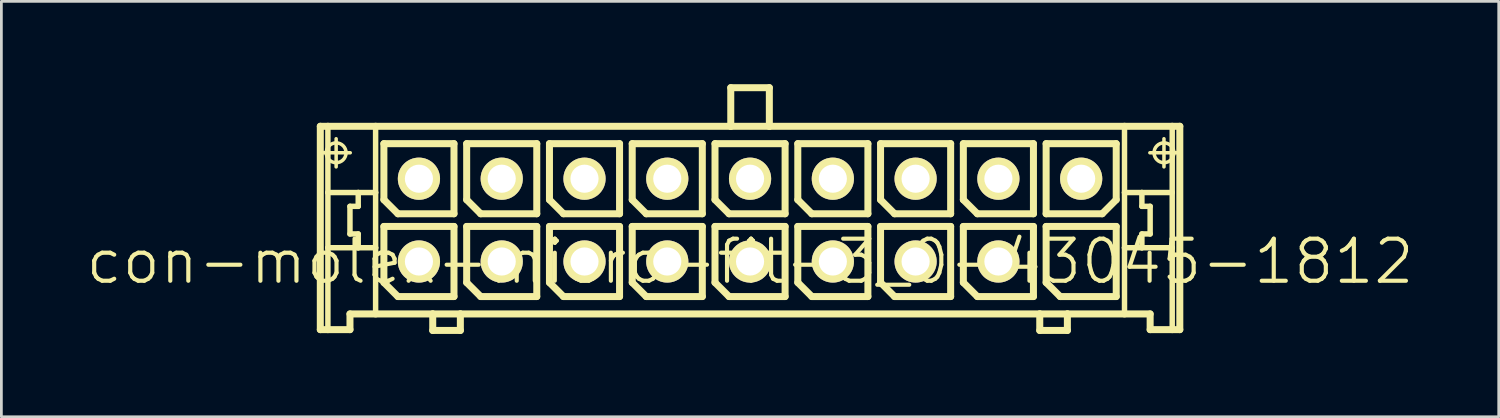
<source format=kicad_pcb>
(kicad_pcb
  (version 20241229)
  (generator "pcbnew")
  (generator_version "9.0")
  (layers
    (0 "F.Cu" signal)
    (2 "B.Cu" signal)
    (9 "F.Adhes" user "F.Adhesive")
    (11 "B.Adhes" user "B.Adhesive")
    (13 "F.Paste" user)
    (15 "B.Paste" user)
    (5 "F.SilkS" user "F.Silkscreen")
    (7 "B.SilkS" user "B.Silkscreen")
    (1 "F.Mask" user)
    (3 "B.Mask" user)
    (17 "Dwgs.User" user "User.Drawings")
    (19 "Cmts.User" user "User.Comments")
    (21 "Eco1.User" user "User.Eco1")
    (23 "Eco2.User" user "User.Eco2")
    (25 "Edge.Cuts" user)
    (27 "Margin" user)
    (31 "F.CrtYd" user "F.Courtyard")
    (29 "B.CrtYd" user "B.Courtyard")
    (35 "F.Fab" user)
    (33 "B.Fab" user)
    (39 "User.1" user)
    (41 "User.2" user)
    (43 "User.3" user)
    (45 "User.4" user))
  (footprint "con-molex-micro-fit-3_0-43045-1812"
    (layer "F.Cu")
    (at 24.13 6.426)
    (property "Reference" "con-molex-micro-fit-3_0-43045-1812" (at 0 0 0) (layer "F.SilkS") (effects (font (size 1.524 1.524) (thickness 0.15))))
    (attr exclude_from_pos_files exclude_from_bom)
    (fp_line (start -15.573 -4.9) (end -15.298 -4.9) (stroke (width 0.254) (type solid)) (layer "F.SilkS"))
    (fp_line (start -15.573 2.469) (end -15.573 -4.9) (stroke (width 0.254) (type solid)) (layer "F.SilkS"))
    (fp_line (start -15.509 -3.94) (end -14.488 -3.94) (stroke (width 0.127) (type solid)) (layer "F.SilkS"))
    (fp_line (start -15.298 -4.9) (end -13.569 -4.9) (stroke (width 0.254) (type solid)) (layer "F.SilkS"))
    (fp_line (start -15.298 -2.499) (end -15.298 -4.9) (stroke (width 0.198) (type solid)) (layer "F.SilkS"))
    (fp_line (start -15.298 -0.498) (end -15.298 -2.499) (stroke (width 0.198) (type solid)) (layer "F.SilkS"))
    (fp_line (start -15.298 2.469) (end -15.573 2.469) (stroke (width 0.254) (type solid)) (layer "F.SilkS"))
    (fp_line (start -15.298 2.469) (end -15.298 -0.498) (stroke (width 0.198) (type solid)) (layer "F.SilkS"))
    (fp_line (start -14.999 -3.429) (end -14.999 -4.448) (stroke (width 0.127) (type solid)) (layer "F.SilkS"))
    (fp_line (start -14.498 -1.999) (end -14.498 -0.998) (stroke (width 0.198) (type solid)) (layer "F.SilkS"))
    (fp_line (start -14.498 -0.998) (end -14.199 -0.998) (stroke (width 0.198) (type solid)) (layer "F.SilkS"))
    (fp_line (start -14.498 1.9) (end -14.498 2.469) (stroke (width 0.254) (type solid)) (layer "F.SilkS"))
    (fp_line (start -14.498 2.469) (end -15.298 2.469) (stroke (width 0.254) (type solid)) (layer "F.SilkS"))
    (fp_line (start -14.199 -2.499) (end -15.298 -2.499) (stroke (width 0.198) (type solid)) (layer "F.SilkS"))
    (fp_line (start -14.199 -2.499) (end -14.199 -1.999) (stroke (width 0.198) (type solid)) (layer "F.SilkS"))
    (fp_line (start -14.199 -1.999) (end -14.498 -1.999) (stroke (width 0.198) (type solid)) (layer "F.SilkS"))
    (fp_line (start -14.199 -0.998) (end -14.199 -0.498) (stroke (width 0.198) (type solid)) (layer "F.SilkS"))
    (fp_line (start -14.199 -0.498) (end -15.298 -0.498) (stroke (width 0.198) (type solid)) (layer "F.SilkS"))
    (fp_line (start -13.569 -4.9) (end -0.699 -4.9) (stroke (width 0.254) (type solid)) (layer "F.SilkS"))
    (fp_line (start -13.569 -2.499) (end -14.199 -2.499) (stroke (width 0.198) (type solid)) (layer "F.SilkS"))
    (fp_line (start -13.569 -2.499) (end -13.569 -4.9) (stroke (width 0.198) (type solid)) (layer "F.SilkS"))
    (fp_line (start -13.569 -0.498) (end -14.199 -0.498) (stroke (width 0.198) (type solid)) (layer "F.SilkS"))
    (fp_line (start -13.569 -0.498) (end -13.569 -2.499) (stroke (width 0.198) (type solid)) (layer "F.SilkS"))
    (fp_line (start -13.569 1.9) (end -14.498 1.9) (stroke (width 0.254) (type solid)) (layer "F.SilkS"))
    (fp_line (start -13.569 1.9) (end -13.569 -0.498) (stroke (width 0.198) (type solid)) (layer "F.SilkS"))
    (fp_line (start -13.269 -4.27) (end -10.729 -4.27) (stroke (width 0.254) (type solid)) (layer "F.SilkS"))
    (fp_line (start -13.269 -2.238) (end -13.269 -4.27) (stroke (width 0.254) (type solid)) (layer "F.SilkS"))
    (fp_line (start -13.269 -1.27) (end -10.729 -1.27) (stroke (width 0.254) (type solid)) (layer "F.SilkS"))
    (fp_line (start -13.269 0.762) (end -13.269 -1.27) (stroke (width 0.254) (type solid)) (layer "F.SilkS"))
    (fp_line (start -12.761 -1.73) (end -13.269 -2.238) (stroke (width 0.254) (type solid)) (layer "F.SilkS"))
    (fp_line (start -12.761 1.27) (end -13.269 0.762) (stroke (width 0.254) (type solid)) (layer "F.SilkS"))
    (fp_line (start -11.499 1.9) (end -13.569 1.9) (stroke (width 0.254) (type solid)) (layer "F.SilkS"))
    (fp_line (start -11.499 1.9) (end -11.499 2.499) (stroke (width 0.254) (type solid)) (layer "F.SilkS"))
    (fp_line (start -11.499 2.499) (end -10.498 2.499) (stroke (width 0.254) (type solid)) (layer "F.SilkS"))
    (fp_line (start -10.729 -4.27) (end -10.729 -1.73) (stroke (width 0.254) (type solid)) (layer "F.SilkS"))
    (fp_line (start -10.729 -1.73) (end -12.761 -1.73) (stroke (width 0.254) (type solid)) (layer "F.SilkS"))
    (fp_line (start -10.729 -1.27) (end -10.729 1.27) (stroke (width 0.254) (type solid)) (layer "F.SilkS"))
    (fp_line (start -10.729 1.27) (end -12.761 1.27) (stroke (width 0.254) (type solid)) (layer "F.SilkS"))
    (fp_line (start -10.498 1.9) (end -11.499 1.9) (stroke (width 0.254) (type solid)) (layer "F.SilkS"))
    (fp_line (start -10.498 2.499) (end -10.498 1.9) (stroke (width 0.254) (type solid)) (layer "F.SilkS"))
    (fp_line (start -10.269 -4.27) (end -7.729 -4.27) (stroke (width 0.254) (type solid)) (layer "F.SilkS"))
    (fp_line (start -10.269 -2.238) (end -10.269 -4.27) (stroke (width 0.254) (type solid)) (layer "F.SilkS"))
    (fp_line (start -10.269 -1.27) (end -7.729 -1.27) (stroke (width 0.254) (type solid)) (layer "F.SilkS"))
    (fp_line (start -10.269 0.762) (end -10.269 -1.27) (stroke (width 0.254) (type solid)) (layer "F.SilkS"))
    (fp_line (start -9.761 -1.73) (end -10.269 -2.238) (stroke (width 0.254) (type solid)) (layer "F.SilkS"))
    (fp_line (start -9.761 1.27) (end -10.269 0.762) (stroke (width 0.254) (type solid)) (layer "F.SilkS"))
    (fp_line (start -7.729 -4.27) (end -7.729 -1.73) (stroke (width 0.254) (type solid)) (layer "F.SilkS"))
    (fp_line (start -7.729 -1.73) (end -9.761 -1.73) (stroke (width 0.254) (type solid)) (layer "F.SilkS"))
    (fp_line (start -7.729 -1.27) (end -7.729 1.27) (stroke (width 0.254) (type solid)) (layer "F.SilkS"))
    (fp_line (start -7.729 1.27) (end -9.761 1.27) (stroke (width 0.254) (type solid)) (layer "F.SilkS"))
    (fp_line (start -7.269 -4.27) (end -4.729 -4.27) (stroke (width 0.254) (type solid)) (layer "F.SilkS"))
    (fp_line (start -7.269 -2.238) (end -7.269 -4.27) (stroke (width 0.254) (type solid)) (layer "F.SilkS"))
    (fp_line (start -7.269 -1.27) (end -4.729 -1.27) (stroke (width 0.254) (type solid)) (layer "F.SilkS"))
    (fp_line (start -7.269 0.762) (end -7.269 -1.27) (stroke (width 0.254) (type solid)) (layer "F.SilkS"))
    (fp_line (start -6.761 -1.73) (end -7.269 -2.238) (stroke (width 0.254) (type solid)) (layer "F.SilkS"))
    (fp_line (start -6.761 1.27) (end -7.269 0.762) (stroke (width 0.254) (type solid)) (layer "F.SilkS"))
    (fp_line (start -4.729 -4.27) (end -4.729 -1.73) (stroke (width 0.254) (type solid)) (layer "F.SilkS"))
    (fp_line (start -4.729 -1.73) (end -6.761 -1.73) (stroke (width 0.254) (type solid)) (layer "F.SilkS"))
    (fp_line (start -4.729 -1.27) (end -4.729 1.27) (stroke (width 0.254) (type solid)) (layer "F.SilkS"))
    (fp_line (start -4.729 1.27) (end -6.761 1.27) (stroke (width 0.254) (type solid)) (layer "F.SilkS"))
    (fp_line (start -4.27 -4.27) (end -1.73 -4.27) (stroke (width 0.254) (type solid)) (layer "F.SilkS"))
    (fp_line (start -4.27 -2.238) (end -4.27 -4.27) (stroke (width 0.254) (type solid)) (layer "F.SilkS"))
    (fp_line (start -4.27 -1.27) (end -1.73 -1.27) (stroke (width 0.254) (type solid)) (layer "F.SilkS"))
    (fp_line (start -4.27 0.762) (end -4.27 -1.27) (stroke (width 0.254) (type solid)) (layer "F.SilkS"))
    (fp_line (start -3.762 -1.73) (end -4.27 -2.238) (stroke (width 0.254) (type solid)) (layer "F.SilkS"))
    (fp_line (start -3.762 1.27) (end -4.27 0.762) (stroke (width 0.254) (type solid)) (layer "F.SilkS"))
    (fp_line (start -1.73 -4.27) (end -1.73 -1.73) (stroke (width 0.254) (type solid)) (layer "F.SilkS"))
    (fp_line (start -1.73 -1.73) (end -3.762 -1.73) (stroke (width 0.254) (type solid)) (layer "F.SilkS"))
    (fp_line (start -1.73 -1.27) (end -1.73 1.27) (stroke (width 0.254) (type solid)) (layer "F.SilkS"))
    (fp_line (start -1.73 1.27) (end -3.762 1.27) (stroke (width 0.254) (type solid)) (layer "F.SilkS"))
    (fp_line (start -1.27 -4.27) (end 1.27 -4.27) (stroke (width 0.254) (type solid)) (layer "F.SilkS"))
    (fp_line (start -1.27 -2.238) (end -1.27 -4.27) (stroke (width 0.254) (type solid)) (layer "F.SilkS"))
    (fp_line (start -1.27 -1.27) (end 1.27 -1.27) (stroke (width 0.254) (type solid)) (layer "F.SilkS"))
    (fp_line (start -1.27 0.762) (end -1.27 -1.27) (stroke (width 0.254) (type solid)) (layer "F.SilkS"))
    (fp_line (start -0.762 -1.73) (end -1.27 -2.238) (stroke (width 0.254) (type solid)) (layer "F.SilkS"))
    (fp_line (start -0.762 1.27) (end -1.27 0.762) (stroke (width 0.254) (type solid)) (layer "F.SilkS"))
    (fp_line (start -0.699 -6.299) (end -0.699 -4.9) (stroke (width 0.254) (type solid)) (layer "F.SilkS"))
    (fp_line (start -0.699 -6.299) (end 0.699 -6.299) (stroke (width 0.254) (type solid)) (layer "F.SilkS"))
    (fp_line (start -0.699 -4.9) (end 0.699 -4.9) (stroke (width 0.254) (type solid)) (layer "F.SilkS"))
    (fp_line (start 0.699 -6.299) (end 0.699 -4.9) (stroke (width 0.254) (type solid)) (layer "F.SilkS"))
    (fp_line (start 0.699 -4.9) (end 13.569 -4.9) (stroke (width 0.254) (type solid)) (layer "F.SilkS"))
    (fp_line (start 1.27 -4.27) (end 1.27 -1.73) (stroke (width 0.254) (type solid)) (layer "F.SilkS"))
    (fp_line (start 1.27 -1.73) (end -0.762 -1.73) (stroke (width 0.254) (type solid)) (layer "F.SilkS"))
    (fp_line (start 1.27 -1.27) (end 1.27 1.27) (stroke (width 0.254) (type solid)) (layer "F.SilkS"))
    (fp_line (start 1.27 1.27) (end -0.762 1.27) (stroke (width 0.254) (type solid)) (layer "F.SilkS"))
    (fp_line (start 1.73 -4.27) (end 4.27 -4.27) (stroke (width 0.254) (type solid)) (layer "F.SilkS"))
    (fp_line (start 1.73 -2.238) (end 1.73 -4.27) (stroke (width 0.254) (type solid)) (layer "F.SilkS"))
    (fp_line (start 1.73 -1.27) (end 4.27 -1.27) (stroke (width 0.254) (type solid)) (layer "F.SilkS"))
    (fp_line (start 1.73 0.762) (end 1.73 -1.27) (stroke (width 0.254) (type solid)) (layer "F.SilkS"))
    (fp_line (start 2.238 -1.73) (end 1.73 -2.238) (stroke (width 0.254) (type solid)) (layer "F.SilkS"))
    (fp_line (start 2.238 1.27) (end 1.73 0.762) (stroke (width 0.254) (type solid)) (layer "F.SilkS"))
    (fp_line (start 4.27 -4.27) (end 4.27 -1.73) (stroke (width 0.254) (type solid)) (layer "F.SilkS"))
    (fp_line (start 4.27 -1.73) (end 2.238 -1.73) (stroke (width 0.254) (type solid)) (layer "F.SilkS"))
    (fp_line (start 4.27 -1.27) (end 4.27 1.27) (stroke (width 0.254) (type solid)) (layer "F.SilkS"))
    (fp_line (start 4.27 1.27) (end 2.238 1.27) (stroke (width 0.254) (type solid)) (layer "F.SilkS"))
    (fp_line (start 4.729 -4.27) (end 7.269 -4.27) (stroke (width 0.254) (type solid)) (layer "F.SilkS"))
    (fp_line (start 4.729 -2.238) (end 4.729 -4.27) (stroke (width 0.254) (type solid)) (layer "F.SilkS"))
    (fp_line (start 4.729 -1.27) (end 7.269 -1.27) (stroke (width 0.254) (type solid)) (layer "F.SilkS"))
    (fp_line (start 4.729 0.762) (end 4.729 -1.27) (stroke (width 0.254) (type solid)) (layer "F.SilkS"))
    (fp_line (start 5.237 -1.73) (end 4.729 -2.238) (stroke (width 0.254) (type solid)) (layer "F.SilkS"))
    (fp_line (start 5.237 1.27) (end 4.729 0.762) (stroke (width 0.254) (type solid)) (layer "F.SilkS"))
    (fp_line (start 7.269 -4.27) (end 7.269 -1.73) (stroke (width 0.254) (type solid)) (layer "F.SilkS"))
    (fp_line (start 7.269 -1.73) (end 5.237 -1.73) (stroke (width 0.254) (type solid)) (layer "F.SilkS"))
    (fp_line (start 7.269 -1.27) (end 7.269 1.27) (stroke (width 0.254) (type solid)) (layer "F.SilkS"))
    (fp_line (start 7.269 1.27) (end 5.237 1.27) (stroke (width 0.254) (type solid)) (layer "F.SilkS"))
    (fp_line (start 7.729 -4.27) (end 10.269 -4.27) (stroke (width 0.254) (type solid)) (layer "F.SilkS"))
    (fp_line (start 7.729 -2.238) (end 7.729 -4.27) (stroke (width 0.254) (type solid)) (layer "F.SilkS"))
    (fp_line (start 7.729 -1.27) (end 10.269 -1.27) (stroke (width 0.254) (type solid)) (layer "F.SilkS"))
    (fp_line (start 7.729 0.762) (end 7.729 -1.27) (stroke (width 0.254) (type solid)) (layer "F.SilkS"))
    (fp_line (start 8.237 -1.73) (end 7.729 -2.238) (stroke (width 0.254) (type solid)) (layer "F.SilkS"))
    (fp_line (start 8.237 1.27) (end 7.729 0.762) (stroke (width 0.254) (type solid)) (layer "F.SilkS"))
    (fp_line (start 10.269 -4.27) (end 10.269 -1.73) (stroke (width 0.254) (type solid)) (layer "F.SilkS"))
    (fp_line (start 10.269 -1.73) (end 8.237 -1.73) (stroke (width 0.254) (type solid)) (layer "F.SilkS"))
    (fp_line (start 10.269 -1.27) (end 10.269 1.27) (stroke (width 0.254) (type solid)) (layer "F.SilkS"))
    (fp_line (start 10.269 1.27) (end 8.237 1.27) (stroke (width 0.254) (type solid)) (layer "F.SilkS"))
    (fp_line (start 10.498 1.9) (end -10.498 1.9) (stroke (width 0.254) (type solid)) (layer "F.SilkS"))
    (fp_line (start 10.498 1.9) (end 10.498 2.499) (stroke (width 0.254) (type solid)) (layer "F.SilkS"))
    (fp_line (start 10.498 2.499) (end 11.499 2.499) (stroke (width 0.254) (type solid)) (layer "F.SilkS"))
    (fp_line (start 10.729 -4.27) (end 10.729 -1.73) (stroke (width 0.254) (type solid)) (layer "F.SilkS"))
    (fp_line (start 10.729 -1.73) (end 12.761 -1.73) (stroke (width 0.254) (type solid)) (layer "F.SilkS"))
    (fp_line (start 10.729 -1.27) (end 13.269 -1.27) (stroke (width 0.254) (type solid)) (layer "F.SilkS"))
    (fp_line (start 10.729 0.762) (end 10.729 -1.27) (stroke (width 0.254) (type solid)) (layer "F.SilkS"))
    (fp_line (start 11.237 1.27) (end 10.729 0.762) (stroke (width 0.254) (type solid)) (layer "F.SilkS"))
    (fp_line (start 11.499 1.9) (end 10.498 1.9) (stroke (width 0.254) (type solid)) (layer "F.SilkS"))
    (fp_line (start 11.499 2.499) (end 11.499 1.9) (stroke (width 0.254) (type solid)) (layer "F.SilkS"))
    (fp_line (start 12.761 -1.73) (end 13.269 -2.238) (stroke (width 0.254) (type solid)) (layer "F.SilkS"))
    (fp_line (start 13.269 -4.27) (end 10.729 -4.27) (stroke (width 0.254) (type solid)) (layer "F.SilkS"))
    (fp_line (start 13.269 -2.238) (end 13.269 -4.27) (stroke (width 0.254) (type solid)) (layer "F.SilkS"))
    (fp_line (start 13.269 -1.27) (end 13.269 1.27) (stroke (width 0.254) (type solid)) (layer "F.SilkS"))
    (fp_line (start 13.269 1.27) (end 11.237 1.27) (stroke (width 0.254) (type solid)) (layer "F.SilkS"))
    (fp_line (start 13.569 -4.9) (end 13.569 -2.499) (stroke (width 0.198) (type solid)) (layer "F.SilkS"))
    (fp_line (start 13.569 -4.9) (end 15.298 -4.9) (stroke (width 0.254) (type solid)) (layer "F.SilkS"))
    (fp_line (start 13.569 -2.499) (end 13.569 -0.498) (stroke (width 0.198) (type solid)) (layer "F.SilkS"))
    (fp_line (start 13.569 -2.499) (end 14.199 -2.499) (stroke (width 0.198) (type solid)) (layer "F.SilkS"))
    (fp_line (start 13.569 -0.498) (end 13.569 1.9) (stroke (width 0.198) (type solid)) (layer "F.SilkS"))
    (fp_line (start 13.569 -0.498) (end 14.199 -0.498) (stroke (width 0.198) (type solid)) (layer "F.SilkS"))
    (fp_line (start 13.569 1.9) (end 11.499 1.9) (stroke (width 0.254) (type solid)) (layer "F.SilkS"))
    (fp_line (start 14.199 -2.499) (end 14.199 -1.999) (stroke (width 0.198) (type solid)) (layer "F.SilkS"))
    (fp_line (start 14.199 -2.499) (end 15.298 -2.499) (stroke (width 0.198) (type solid)) (layer "F.SilkS"))
    (fp_line (start 14.199 -1.999) (end 14.498 -1.999) (stroke (width 0.198) (type solid)) (layer "F.SilkS"))
    (fp_line (start 14.199 -0.998) (end 14.199 -0.498) (stroke (width 0.198) (type solid)) (layer "F.SilkS"))
    (fp_line (start 14.199 -0.498) (end 15.298 -0.498) (stroke (width 0.198) (type solid)) (layer "F.SilkS"))
    (fp_line (start 14.488 -3.94) (end 15.509 -3.94) (stroke (width 0.127) (type solid)) (layer "F.SilkS"))
    (fp_line (start 14.498 -1.999) (end 14.498 -0.998) (stroke (width 0.198) (type solid)) (layer "F.SilkS"))
    (fp_line (start 14.498 -0.998) (end 14.199 -0.998) (stroke (width 0.198) (type solid)) (layer "F.SilkS"))
    (fp_line (start 14.498 1.9) (end 13.569 1.9) (stroke (width 0.254) (type solid)) (layer "F.SilkS"))
    (fp_line (start 14.498 2.469) (end 14.498 1.9) (stroke (width 0.254) (type solid)) (layer "F.SilkS"))
    (fp_line (start 14.498 2.469) (end 15.298 2.469) (stroke (width 0.254) (type solid)) (layer "F.SilkS"))
    (fp_line (start 14.999 -3.429) (end 14.999 -4.448) (stroke (width 0.127) (type solid)) (layer "F.SilkS"))
    (fp_line (start 15.298 -4.9) (end 15.573 -4.9) (stroke (width 0.254) (type solid)) (layer "F.SilkS"))
    (fp_line (start 15.298 -2.499) (end 15.298 -4.9) (stroke (width 0.198) (type solid)) (layer "F.SilkS"))
    (fp_line (start 15.298 -0.498) (end 15.298 -2.499) (stroke (width 0.198) (type solid)) (layer "F.SilkS"))
    (fp_line (start 15.298 2.469) (end 15.298 -0.498) (stroke (width 0.198) (type solid)) (layer "F.SilkS"))
    (fp_line (start 15.298 2.469) (end 15.573 2.469) (stroke (width 0.254) (type solid)) (layer "F.SilkS"))
    (fp_line (start 15.573 -4.9) (end 15.573 2.469) (stroke (width 0.254) (type solid)) (layer "F.SilkS"))
    (fp_circle (center -14.999 -3.94) (end -15.253 -4.194) (stroke (width 0.127) (type solid)) (fill no) (layer "F.SilkS"))
    (fp_circle (center 14.999 -3.94) (end 15.253 -4.194) (stroke (width 0.127) (type solid)) (fill no) (layer "F.SilkS"))
    (pad "P$1" thru_hole rect (at 11.999 0) (size 0.001 0.001) (drill 1.019) (layers "*.Cu" "F.Mask" "F.SilkS" "F.Paste"))
    (pad "P$2" thru_hole circle (at 8.999 0) (size 1.529 1.529) (drill 1.019) (layers "*.Cu" "F.Mask" "F.SilkS" "F.Paste"))
    (pad "P$3" thru_hole circle (at 5.999 0) (size 1.529 1.529) (drill 1.019) (layers "*.Cu" "F.Mask" "F.SilkS" "F.Paste"))
    (pad "P$4" thru_hole circle (at 3 0) (size 1.529 1.529) (drill 1.019) (layers "*.Cu" "F.Mask" "F.SilkS" "F.Paste"))
    (pad "P$5" thru_hole circle (at 0 0) (size 1.529 1.529) (drill 1.019) (layers "*.Cu" "F.Mask" "F.SilkS" "F.Paste"))
    (pad "P$6" thru_hole circle (at -3 0) (size 1.529 1.529) (drill 1.019) (layers "*.Cu" "F.Mask" "F.SilkS" "F.Paste"))
    (pad "P$7" thru_hole circle (at -5.999 0) (size 1.529 1.529) (drill 1.019) (layers "*.Cu" "F.Mask" "F.SilkS" "F.Paste"))
    (pad "P$8" thru_hole circle (at -8.999 0) (size 1.529 1.529) (drill 1.019) (layers "*.Cu" "F.Mask" "F.SilkS" "F.Paste"))
    (pad "P$9" thru_hole circle (at -11.999 0) (size 1.529 1.529) (drill 1.019) (layers "*.Cu" "F.Mask" "F.SilkS" "F.Paste"))
    (pad "P$10" thru_hole circle (at 11.999 -3) (size 1.529 1.529) (drill 1.019) (layers "*.Cu" "F.Mask" "F.SilkS" "F.Paste"))
    (pad "P$11" thru_hole circle (at 8.999 -3) (size 1.529 1.529) (drill 1.019) (layers "*.Cu" "F.Mask" "F.SilkS" "F.Paste"))
    (pad "P$12" thru_hole circle (at 5.999 -3) (size 1.529 1.529) (drill 1.019) (layers "*.Cu" "F.Mask" "F.SilkS" "F.Paste"))
    (pad "P$13" thru_hole circle (at 3 -3) (size 1.529 1.529) (drill 1.019) (layers "*.Cu" "F.Mask" "F.SilkS" "F.Paste"))
    (pad "P$14" thru_hole circle (at 0 -3) (size 1.529 1.529) (drill 1.019) (layers "*.Cu" "F.Mask" "F.SilkS" "F.Paste"))
    (pad "P$15" thru_hole circle (at -3 -3) (size 1.529 1.529) (drill 1.019) (layers "*.Cu" "F.Mask" "F.SilkS" "F.Paste"))
    (pad "P$16" thru_hole circle (at -5.999 -3) (size 1.529 1.529) (drill 1.019) (layers "*.Cu" "F.Mask" "F.SilkS" "F.Paste"))
    (pad "P$17" thru_hole circle (at -8.999 -3) (size 1.529 1.529) (drill 1.019) (layers "*.Cu" "F.Mask" "F.SilkS" "F.Paste"))
    (pad "P$18" thru_hole circle (at -11.999 -3) (size 1.529 1.529) (drill 1.019) (layers "*.Cu" "F.Mask" "F.SilkS" "F.Paste")))
  (gr_rect
    (start -3 -3)
    (end 51.26 12.053)
    (stroke (width 0.1) (type default))
    (fill no)
    (layer "Edge.Cuts")))
</source>
